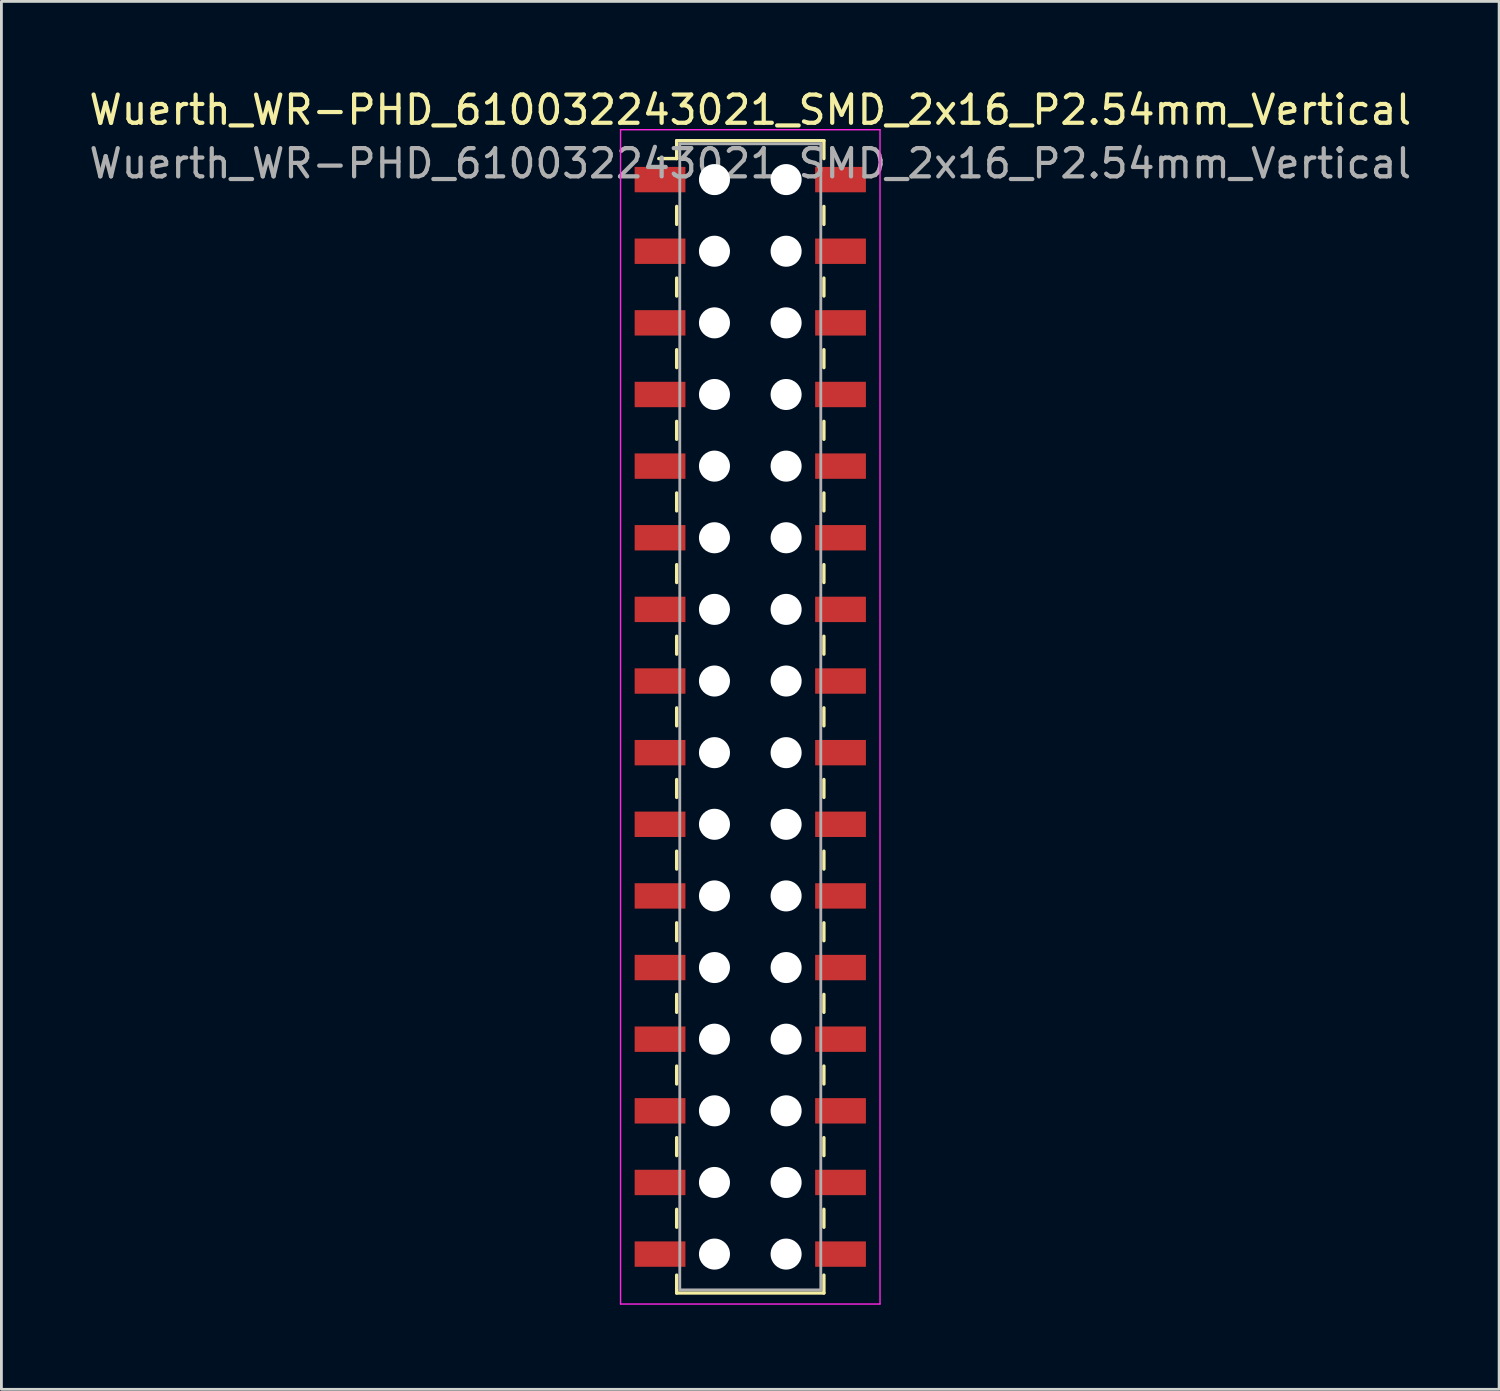
<source format=kicad_pcb>
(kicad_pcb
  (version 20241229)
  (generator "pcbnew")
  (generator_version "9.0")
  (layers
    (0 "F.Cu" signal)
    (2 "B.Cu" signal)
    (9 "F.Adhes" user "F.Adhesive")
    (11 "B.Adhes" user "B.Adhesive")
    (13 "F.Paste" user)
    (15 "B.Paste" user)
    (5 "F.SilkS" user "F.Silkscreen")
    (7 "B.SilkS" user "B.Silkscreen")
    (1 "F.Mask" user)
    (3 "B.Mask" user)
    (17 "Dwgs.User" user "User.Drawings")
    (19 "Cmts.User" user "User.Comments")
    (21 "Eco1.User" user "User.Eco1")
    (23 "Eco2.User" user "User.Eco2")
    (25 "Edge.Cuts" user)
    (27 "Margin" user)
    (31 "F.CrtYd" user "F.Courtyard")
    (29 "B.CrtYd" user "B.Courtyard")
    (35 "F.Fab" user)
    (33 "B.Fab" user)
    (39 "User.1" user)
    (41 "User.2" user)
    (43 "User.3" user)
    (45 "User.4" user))
  (footprint "Wuerth_WR-PHD_610032243021_SMD_2x16_P2.54mm_Vertical"
    (layer "F.Cu")
    (at 23.554 22.368)
    (property "Reference" "Wuerth_WR-PHD_610032243021_SMD_2x16_P2.54mm_Vertical" (at 0 -21.52 0) (layer "F.SilkS") (effects (font (size 1 1) (thickness 0.15))))
    (attr smd)
    (fp_line (start -2.61 -20.43) (end -2.61 -19.795) (stroke (width 0.12) (type solid)) (layer "F.SilkS"))
    (fp_line (start -2.61 -20.43) (end 2.61 -20.43) (stroke (width 0.12) (type solid)) (layer "F.SilkS"))
    (fp_line (start -2.61 -19.795) (end -3.245 -19.795) (stroke (width 0.12) (type solid)) (layer "F.SilkS"))
    (fp_line (start -2.61 -18.098) (end -2.61 -17.462) (stroke (width 0.12) (type solid)) (layer "F.SilkS"))
    (fp_line (start -2.61 -15.557) (end -2.61 -14.922) (stroke (width 0.12) (type solid)) (layer "F.SilkS"))
    (fp_line (start -2.61 -13.018) (end -2.61 -12.383) (stroke (width 0.12) (type solid)) (layer "F.SilkS"))
    (fp_line (start -2.61 -10.477) (end -2.61 -9.842) (stroke (width 0.12) (type solid)) (layer "F.SilkS"))
    (fp_line (start -2.61 -7.938) (end -2.61 -7.303) (stroke (width 0.12) (type solid)) (layer "F.SilkS"))
    (fp_line (start -2.61 -5.397) (end -2.61 -4.763) (stroke (width 0.12) (type solid)) (layer "F.SilkS"))
    (fp_line (start -2.61 -2.857) (end -2.61 -2.223) (stroke (width 0.12) (type solid)) (layer "F.SilkS"))
    (fp_line (start -2.61 -0.318) (end -2.61 0.318) (stroke (width 0.12) (type solid)) (layer "F.SilkS"))
    (fp_line (start -2.61 2.223) (end -2.61 2.857) (stroke (width 0.12) (type solid)) (layer "F.SilkS"))
    (fp_line (start -2.61 4.763) (end -2.61 5.397) (stroke (width 0.12) (type solid)) (layer "F.SilkS"))
    (fp_line (start -2.61 7.303) (end -2.61 7.938) (stroke (width 0.12) (type solid)) (layer "F.SilkS"))
    (fp_line (start -2.61 9.842) (end -2.61 10.477) (stroke (width 0.12) (type solid)) (layer "F.SilkS"))
    (fp_line (start -2.61 12.383) (end -2.61 13.018) (stroke (width 0.12) (type solid)) (layer "F.SilkS"))
    (fp_line (start -2.61 14.922) (end -2.61 15.557) (stroke (width 0.12) (type solid)) (layer "F.SilkS"))
    (fp_line (start -2.61 17.462) (end -2.61 18.098) (stroke (width 0.12) (type solid)) (layer "F.SilkS"))
    (fp_line (start -2.61 20.43) (end -2.61 19.795) (stroke (width 0.12) (type solid)) (layer "F.SilkS"))
    (fp_line (start -2.61 20.43) (end 2.61 20.43) (stroke (width 0.12) (type solid)) (layer "F.SilkS"))
    (fp_line (start 2.61 -20.43) (end 2.61 -19.795) (stroke (width 0.12) (type solid)) (layer "F.SilkS"))
    (fp_line (start 2.61 -18.098) (end 2.61 -17.462) (stroke (width 0.12) (type solid)) (layer "F.SilkS"))
    (fp_line (start 2.61 -15.557) (end 2.61 -14.922) (stroke (width 0.12) (type solid)) (layer "F.SilkS"))
    (fp_line (start 2.61 -13.018) (end 2.61 -12.383) (stroke (width 0.12) (type solid)) (layer "F.SilkS"))
    (fp_line (start 2.61 -10.477) (end 2.61 -9.842) (stroke (width 0.12) (type solid)) (layer "F.SilkS"))
    (fp_line (start 2.61 -7.938) (end 2.61 -7.303) (stroke (width 0.12) (type solid)) (layer "F.SilkS"))
    (fp_line (start 2.61 -5.397) (end 2.61 -4.763) (stroke (width 0.12) (type solid)) (layer "F.SilkS"))
    (fp_line (start 2.61 -2.857) (end 2.61 -2.223) (stroke (width 0.12) (type solid)) (layer "F.SilkS"))
    (fp_line (start 2.61 -0.318) (end 2.61 0.318) (stroke (width 0.12) (type solid)) (layer "F.SilkS"))
    (fp_line (start 2.61 2.223) (end 2.61 2.857) (stroke (width 0.12) (type solid)) (layer "F.SilkS"))
    (fp_line (start 2.61 4.763) (end 2.61 5.397) (stroke (width 0.12) (type solid)) (layer "F.SilkS"))
    (fp_line (start 2.61 7.303) (end 2.61 7.938) (stroke (width 0.12) (type solid)) (layer "F.SilkS"))
    (fp_line (start 2.61 9.842) (end 2.61 10.477) (stroke (width 0.12) (type solid)) (layer "F.SilkS"))
    (fp_line (start 2.61 12.383) (end 2.61 13.018) (stroke (width 0.12) (type solid)) (layer "F.SilkS"))
    (fp_line (start 2.61 14.922) (end 2.61 15.557) (stroke (width 0.12) (type solid)) (layer "F.SilkS"))
    (fp_line (start 2.61 17.462) (end 2.61 18.098) (stroke (width 0.12) (type solid)) (layer "F.SilkS"))
    (fp_line (start 2.61 20.43) (end 2.61 19.795) (stroke (width 0.12) (type solid)) (layer "F.SilkS"))
    (fp_line (start -4.6 -20.82) (end -4.6 20.82) (stroke (width 0.05) (type solid)) (layer "F.CrtYd"))
    (fp_line (start -4.6 20.82) (end 4.6 20.82) (stroke (width 0.05) (type solid)) (layer "F.CrtYd"))
    (fp_line (start 4.6 -20.82) (end -4.6 -20.82) (stroke (width 0.05) (type solid)) (layer "F.CrtYd"))
    (fp_line (start 4.6 20.82) (end 4.6 -20.82) (stroke (width 0.05) (type solid)) (layer "F.CrtYd"))
    (fp_line (start -2.5 -20.32) (end -2.5 20.32) (stroke (width 0.1) (type solid)) (layer "F.Fab"))
    (fp_line (start -2.5 20.32) (end 2.5 20.32) (stroke (width 0.1) (type solid)) (layer "F.Fab"))
    (fp_line (start 2.5 -20.32) (end -2.5 -20.32) (stroke (width 0.1) (type solid)) (layer "F.Fab"))
    (fp_line (start 2.5 20.32) (end 2.5 -20.32) (stroke (width 0.1) (type solid)) (layer "F.Fab"))
    (fp_text user "${REFERENCE}" (at 0 -19.62 0) (layer "F.Fab") (effects (font (size 1 1) (thickness 0.15))))
    (pad "" np_thru_hole circle (at -1.27 -19.05) (size 1.1 1.1) (drill 1.1) (layers "*.Cu" "*.Mask"))
    (pad "" np_thru_hole circle (at -1.27 -16.51) (size 1.1 1.1) (drill 1.1) (layers "*.Cu" "*.Mask"))
    (pad "" np_thru_hole circle (at -1.27 -13.97) (size 1.1 1.1) (drill 1.1) (layers "*.Cu" "*.Mask"))
    (pad "" np_thru_hole circle (at -1.27 -11.43) (size 1.1 1.1) (drill 1.1) (layers "*.Cu" "*.Mask"))
    (pad "" np_thru_hole circle (at -1.27 -8.89) (size 1.1 1.1) (drill 1.1) (layers "*.Cu" "*.Mask"))
    (pad "" np_thru_hole circle (at -1.27 -6.35) (size 1.1 1.1) (drill 1.1) (layers "*.Cu" "*.Mask"))
    (pad "" np_thru_hole circle (at -1.27 -3.81) (size 1.1 1.1) (drill 1.1) (layers "*.Cu" "*.Mask"))
    (pad "" np_thru_hole circle (at -1.27 -1.27) (size 1.1 1.1) (drill 1.1) (layers "*.Cu" "*.Mask"))
    (pad "" np_thru_hole circle (at -1.27 1.27) (size 1.1 1.1) (drill 1.1) (layers "*.Cu" "*.Mask"))
    (pad "" np_thru_hole circle (at -1.27 3.81) (size 1.1 1.1) (drill 1.1) (layers "*.Cu" "*.Mask"))
    (pad "" np_thru_hole circle (at -1.27 6.35) (size 1.1 1.1) (drill 1.1) (layers "*.Cu" "*.Mask"))
    (pad "" np_thru_hole circle (at -1.27 8.89) (size 1.1 1.1) (drill 1.1) (layers "*.Cu" "*.Mask"))
    (pad "" np_thru_hole circle (at -1.27 11.43) (size 1.1 1.1) (drill 1.1) (layers "*.Cu" "*.Mask"))
    (pad "" np_thru_hole circle (at -1.27 13.97) (size 1.1 1.1) (drill 1.1) (layers "*.Cu" "*.Mask"))
    (pad "" np_thru_hole circle (at -1.27 16.51) (size 1.1 1.1) (drill 1.1) (layers "*.Cu" "*.Mask"))
    (pad "" np_thru_hole circle (at -1.27 19.05) (size 1.1 1.1) (drill 1.1) (layers "*.Cu" "*.Mask"))
    (pad "" np_thru_hole circle (at 1.27 -19.05) (size 1.1 1.1) (drill 1.1) (layers "*.Cu" "*.Mask"))
    (pad "" np_thru_hole circle (at 1.27 -16.51) (size 1.1 1.1) (drill 1.1) (layers "*.Cu" "*.Mask"))
    (pad "" np_thru_hole circle (at 1.27 -13.97) (size 1.1 1.1) (drill 1.1) (layers "*.Cu" "*.Mask"))
    (pad "" np_thru_hole circle (at 1.27 -11.43) (size 1.1 1.1) (drill 1.1) (layers "*.Cu" "*.Mask"))
    (pad "" np_thru_hole circle (at 1.27 -8.89) (size 1.1 1.1) (drill 1.1) (layers "*.Cu" "*.Mask"))
    (pad "" np_thru_hole circle (at 1.27 -6.35) (size 1.1 1.1) (drill 1.1) (layers "*.Cu" "*.Mask"))
    (pad "" np_thru_hole circle (at 1.27 -3.81) (size 1.1 1.1) (drill 1.1) (layers "*.Cu" "*.Mask"))
    (pad "" np_thru_hole circle (at 1.27 -1.27) (size 1.1 1.1) (drill 1.1) (layers "*.Cu" "*.Mask"))
    (pad "" np_thru_hole circle (at 1.27 1.27) (size 1.1 1.1) (drill 1.1) (layers "*.Cu" "*.Mask"))
    (pad "" np_thru_hole circle (at 1.27 3.81) (size 1.1 1.1) (drill 1.1) (layers "*.Cu" "*.Mask"))
    (pad "" np_thru_hole circle (at 1.27 6.35) (size 1.1 1.1) (drill 1.1) (layers "*.Cu" "*.Mask"))
    (pad "" np_thru_hole circle (at 1.27 8.89) (size 1.1 1.1) (drill 1.1) (layers "*.Cu" "*.Mask"))
    (pad "" np_thru_hole circle (at 1.27 11.43) (size 1.1 1.1) (drill 1.1) (layers "*.Cu" "*.Mask"))
    (pad "" np_thru_hole circle (at 1.27 13.97) (size 1.1 1.1) (drill 1.1) (layers "*.Cu" "*.Mask"))
    (pad "" np_thru_hole circle (at 1.27 16.51) (size 1.1 1.1) (drill 1.1) (layers "*.Cu" "*.Mask"))
    (pad "" np_thru_hole circle (at 1.27 19.05) (size 1.1 1.1) (drill 1.1) (layers "*.Cu" "*.Mask"))
    (pad "1" smd rect (at -3.2 -19.05) (size 1.8 0.9) (layers "F.Cu" "F.Mask" "F.Paste"))
    (pad "2" smd rect (at 3.2 -19.05) (size 1.8 0.9) (layers "F.Cu" "F.Mask" "F.Paste"))
    (pad "3" smd rect (at -3.2 -16.51) (size 1.8 0.9) (layers "F.Cu" "F.Mask" "F.Paste"))
    (pad "4" smd rect (at 3.2 -16.51) (size 1.8 0.9) (layers "F.Cu" "F.Mask" "F.Paste"))
    (pad "5" smd rect (at -3.2 -13.97) (size 1.8 0.9) (layers "F.Cu" "F.Mask" "F.Paste"))
    (pad "6" smd rect (at 3.2 -13.97) (size 1.8 0.9) (layers "F.Cu" "F.Mask" "F.Paste"))
    (pad "7" smd rect (at -3.2 -11.43) (size 1.8 0.9) (layers "F.Cu" "F.Mask" "F.Paste"))
    (pad "8" smd rect (at 3.2 -11.43) (size 1.8 0.9) (layers "F.Cu" "F.Mask" "F.Paste"))
    (pad "9" smd rect (at -3.2 -8.89) (size 1.8 0.9) (layers "F.Cu" "F.Mask" "F.Paste"))
    (pad "10" smd rect (at 3.2 -8.89) (size 1.8 0.9) (layers "F.Cu" "F.Mask" "F.Paste"))
    (pad "11" smd rect (at -3.2 -6.35) (size 1.8 0.9) (layers "F.Cu" "F.Mask" "F.Paste"))
    (pad "12" smd rect (at 3.2 -6.35) (size 1.8 0.9) (layers "F.Cu" "F.Mask" "F.Paste"))
    (pad "13" smd rect (at -3.2 -3.81) (size 1.8 0.9) (layers "F.Cu" "F.Mask" "F.Paste"))
    (pad "14" smd rect (at 3.2 -3.81) (size 1.8 0.9) (layers "F.Cu" "F.Mask" "F.Paste"))
    (pad "15" smd rect (at -3.2 -1.27) (size 1.8 0.9) (layers "F.Cu" "F.Mask" "F.Paste"))
    (pad "16" smd rect (at 3.2 -1.27) (size 1.8 0.9) (layers "F.Cu" "F.Mask" "F.Paste"))
    (pad "17" smd rect (at -3.2 1.27) (size 1.8 0.9) (layers "F.Cu" "F.Mask" "F.Paste"))
    (pad "18" smd rect (at 3.2 1.27) (size 1.8 0.9) (layers "F.Cu" "F.Mask" "F.Paste"))
    (pad "19" smd rect (at -3.2 3.81) (size 1.8 0.9) (layers "F.Cu" "F.Mask" "F.Paste"))
    (pad "20" smd rect (at 3.2 3.81) (size 1.8 0.9) (layers "F.Cu" "F.Mask" "F.Paste"))
    (pad "21" smd rect (at -3.2 6.35) (size 1.8 0.9) (layers "F.Cu" "F.Mask" "F.Paste"))
    (pad "22" smd rect (at 3.2 6.35) (size 1.8 0.9) (layers "F.Cu" "F.Mask" "F.Paste"))
    (pad "23" smd rect (at -3.2 8.89) (size 1.8 0.9) (layers "F.Cu" "F.Mask" "F.Paste"))
    (pad "24" smd rect (at 3.2 8.89) (size 1.8 0.9) (layers "F.Cu" "F.Mask" "F.Paste"))
    (pad "25" smd rect (at -3.2 11.43) (size 1.8 0.9) (layers "F.Cu" "F.Mask" "F.Paste"))
    (pad "26" smd rect (at 3.2 11.43) (size 1.8 0.9) (layers "F.Cu" "F.Mask" "F.Paste"))
    (pad "27" smd rect (at -3.2 13.97) (size 1.8 0.9) (layers "F.Cu" "F.Mask" "F.Paste"))
    (pad "28" smd rect (at 3.2 13.97) (size 1.8 0.9) (layers "F.Cu" "F.Mask" "F.Paste"))
    (pad "29" smd rect (at -3.2 16.51) (size 1.8 0.9) (layers "F.Cu" "F.Mask" "F.Paste"))
    (pad "30" smd rect (at 3.2 16.51) (size 1.8 0.9) (layers "F.Cu" "F.Mask" "F.Paste"))
    (pad "31" smd rect (at -3.2 19.05) (size 1.8 0.9) (layers "F.Cu" "F.Mask" "F.Paste"))
    (pad "32" smd rect (at 3.2 19.05) (size 1.8 0.9) (layers "F.Cu" "F.Mask" "F.Paste")))
  (gr_rect
    (start -3 -3)
    (end 50.107 46.213)
    (stroke (width 0.1) (type default))
    (fill no)
    (layer "Edge.Cuts")))
</source>
